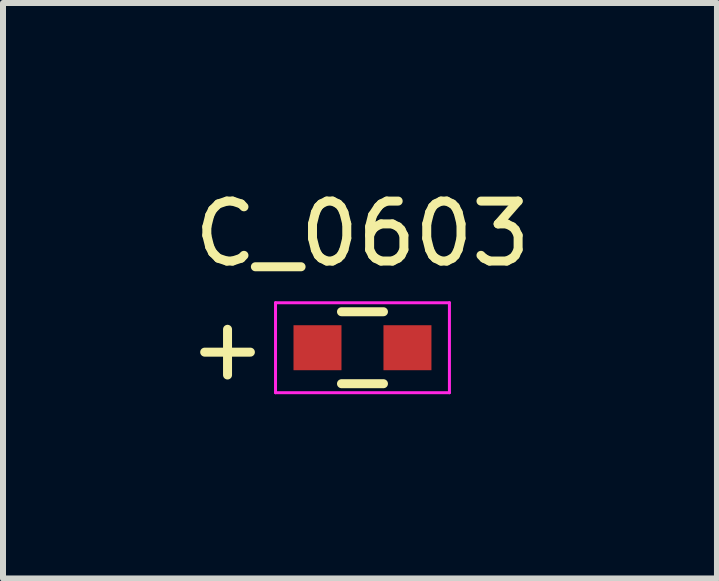
<source format=kicad_pcb>
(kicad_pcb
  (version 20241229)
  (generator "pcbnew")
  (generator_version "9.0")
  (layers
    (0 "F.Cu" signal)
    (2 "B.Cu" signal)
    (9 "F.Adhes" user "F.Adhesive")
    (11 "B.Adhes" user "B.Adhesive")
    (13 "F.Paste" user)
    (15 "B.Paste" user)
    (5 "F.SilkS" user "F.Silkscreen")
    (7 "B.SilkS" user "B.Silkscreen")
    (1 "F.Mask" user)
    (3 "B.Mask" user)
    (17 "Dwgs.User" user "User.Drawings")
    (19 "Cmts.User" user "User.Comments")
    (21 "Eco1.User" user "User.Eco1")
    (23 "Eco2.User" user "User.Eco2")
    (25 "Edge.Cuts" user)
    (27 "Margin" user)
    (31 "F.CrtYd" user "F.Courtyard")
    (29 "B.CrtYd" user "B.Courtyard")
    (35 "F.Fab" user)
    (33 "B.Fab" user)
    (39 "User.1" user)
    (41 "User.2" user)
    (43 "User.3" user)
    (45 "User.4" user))
  (footprint "C_0603"
    (layer "F.Cu")
    (at 2.994 2.748)
    (property "Reference" "C_0603" (at 0 -1.9 0) (layer "F.SilkS") (effects (font (size 1 1) (thickness 0.15))))
    (attr smd)
    (fp_line (start -0.35 -0.6) (end 0.35 -0.6) (stroke (width 0.15) (type solid)) (layer "F.SilkS"))
    (fp_line (start 0.35 0.6) (end -0.35 0.6) (stroke (width 0.15) (type solid)) (layer "F.SilkS"))
    (fp_line (start -1.45 -0.75) (end -1.45 0.75) (stroke (width 0.05) (type solid)) (layer "F.CrtYd"))
    (fp_line (start -1.45 -0.75) (end 1.45 -0.75) (stroke (width 0.05) (type solid)) (layer "F.CrtYd"))
    (fp_line (start -1.45 0.75) (end 1.45 0.75) (stroke (width 0.05) (type solid)) (layer "F.CrtYd"))
    (fp_line (start 1.45 -0.75) (end 1.45 0.75) (stroke (width 0.05) (type solid)) (layer "F.CrtYd"))
    (fp_text user "+" (at -2.25 0 0) (layer "F.SilkS") (effects (font (size 1 1) (thickness 0.15))))
    (pad "1" smd rect (at -0.75 0) (size 0.8 0.75) (layers "F.Cu" "F.Mask" "F.Paste"))
    (pad "2" smd rect (at 0.75 0) (size 0.8 0.75) (layers "F.Cu" "F.Mask" "F.Paste")))
  (gr_rect
    (start -3 -3)
    (end 8.905 6.596)
    (stroke (width 0.1) (type default))
    (fill no)
    (layer "Edge.Cuts")))
</source>
